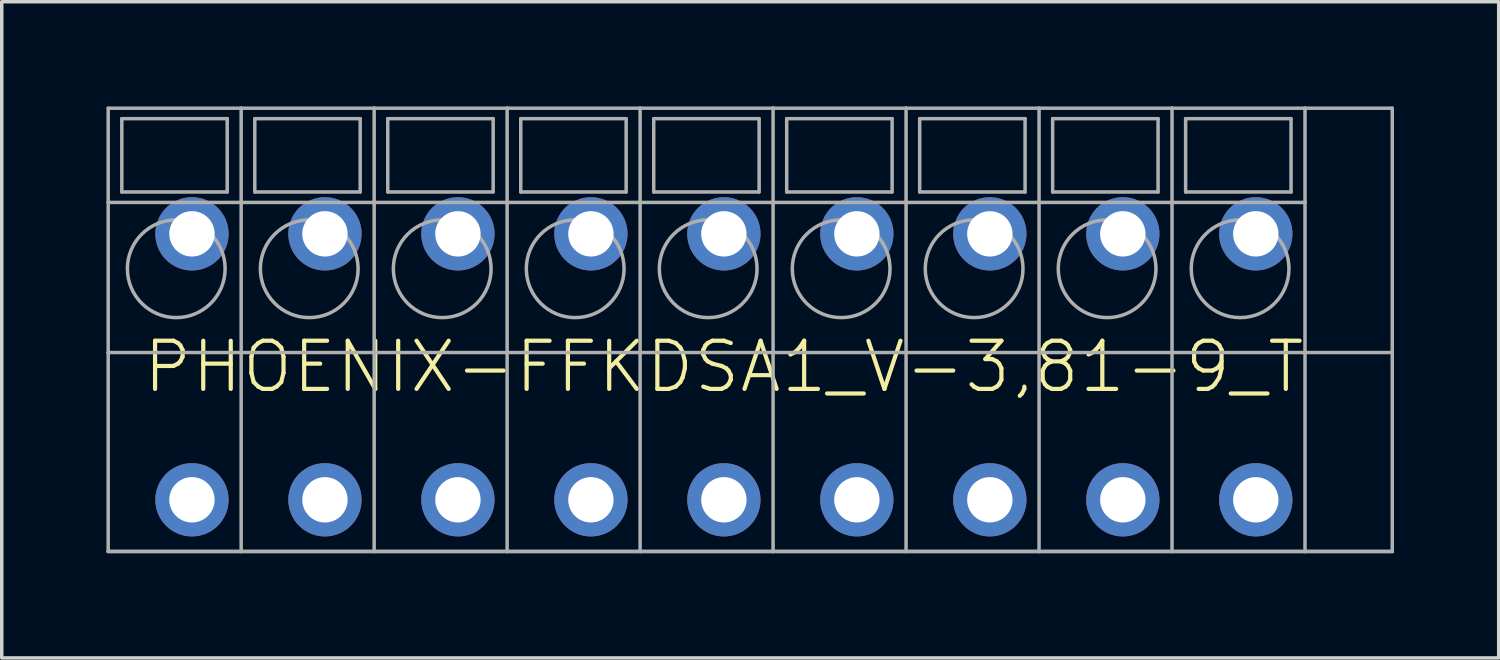
<source format=kicad_pcb>
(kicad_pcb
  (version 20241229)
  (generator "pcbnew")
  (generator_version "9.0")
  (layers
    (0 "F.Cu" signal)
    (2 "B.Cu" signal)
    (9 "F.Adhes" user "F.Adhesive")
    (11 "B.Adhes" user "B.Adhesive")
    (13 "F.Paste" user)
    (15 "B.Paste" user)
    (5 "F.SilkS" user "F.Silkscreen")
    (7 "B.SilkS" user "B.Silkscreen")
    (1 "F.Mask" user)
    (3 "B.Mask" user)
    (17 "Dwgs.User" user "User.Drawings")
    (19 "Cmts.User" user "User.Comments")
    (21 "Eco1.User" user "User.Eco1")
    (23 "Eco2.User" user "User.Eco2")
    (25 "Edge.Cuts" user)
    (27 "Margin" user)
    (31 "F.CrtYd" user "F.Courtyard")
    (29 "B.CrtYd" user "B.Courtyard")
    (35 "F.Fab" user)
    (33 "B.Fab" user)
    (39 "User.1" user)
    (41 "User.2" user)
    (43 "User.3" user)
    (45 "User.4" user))
  (footprint "PHOENIX-FFKDSA1_V-3,81-9_T"
    (layer "F.Cu")
    (at 17.69 7.46)
    (property "Reference" "PHOENIX-FFKDSA1_V-3,81-9_T" (at 0 0 0) (unlocked yes) (layer "F.SilkS") (effects (font (size 1.38 1.38) (thickness 0.12))))
    (fp_line (start -17.64 -7.41) (end -17.64 -4.71) (stroke (width 0.1) (type solid)) (layer "F.Fab"))
    (fp_line (start -17.64 -7.41) (end -13.83 -7.41) (stroke (width 0.1) (type solid)) (layer "F.Fab"))
    (fp_line (start -17.64 -4.71) (end -17.64 -0.41) (stroke (width 0.1) (type solid)) (layer "F.Fab"))
    (fp_line (start -17.64 -0.41) (end -17.64 5.29) (stroke (width 0.1) (type solid)) (layer "F.Fab"))
    (fp_line (start -17.64 5.29) (end -13.83 5.29) (stroke (width 0.1) (type solid)) (layer "F.Fab"))
    (fp_line (start -17.64 5.29) (end -13.83 5.29) (stroke (width 0.1) (type solid)) (layer "F.Fab"))
    (fp_line (start -17.25 -7.11) (end -14.23 -7.11) (stroke (width 0.1) (type solid)) (layer "F.Fab"))
    (fp_line (start -17.25 -5.01) (end -17.25 -7.11) (stroke (width 0.1) (type solid)) (layer "F.Fab"))
    (fp_line (start -14.23 -7.11) (end -14.23 -5.01) (stroke (width 0.1) (type solid)) (layer "F.Fab"))
    (fp_line (start -14.23 -5.01) (end -17.25 -5.01) (stroke (width 0.1) (type solid)) (layer "F.Fab"))
    (fp_line (start -13.83 -7.41) (end -13.83 -4.71) (stroke (width 0.1) (type solid)) (layer "F.Fab"))
    (fp_line (start -13.83 -7.41) (end -10.02 -7.41) (stroke (width 0.1) (type solid)) (layer "F.Fab"))
    (fp_line (start -13.83 -4.71) (end -17.64 -4.71) (stroke (width 0.1) (type solid)) (layer "F.Fab"))
    (fp_line (start -13.83 -4.71) (end -13.83 -0.41) (stroke (width 0.1) (type solid)) (layer "F.Fab"))
    (fp_line (start -13.83 -0.41) (end -17.64 -0.41) (stroke (width 0.1) (type solid)) (layer "F.Fab"))
    (fp_line (start -13.83 -0.41) (end -13.83 5.29) (stroke (width 0.1) (type solid)) (layer "F.Fab"))
    (fp_line (start -13.83 5.29) (end -10.02 5.29) (stroke (width 0.1) (type solid)) (layer "F.Fab"))
    (fp_line (start -13.83 5.29) (end -10.02 5.29) (stroke (width 0.1) (type solid)) (layer "F.Fab"))
    (fp_line (start -13.44 -7.11) (end -10.42 -7.11) (stroke (width 0.1) (type solid)) (layer "F.Fab"))
    (fp_line (start -13.44 -5.01) (end -13.44 -7.11) (stroke (width 0.1) (type solid)) (layer "F.Fab"))
    (fp_line (start -10.42 -7.11) (end -10.42 -5.01) (stroke (width 0.1) (type solid)) (layer "F.Fab"))
    (fp_line (start -10.42 -5.01) (end -13.44 -5.01) (stroke (width 0.1) (type solid)) (layer "F.Fab"))
    (fp_line (start -10.02 -7.41) (end -10.02 -4.71) (stroke (width 0.1) (type solid)) (layer "F.Fab"))
    (fp_line (start -10.02 -7.41) (end -6.21 -7.41) (stroke (width 0.1) (type solid)) (layer "F.Fab"))
    (fp_line (start -10.02 -4.71) (end -13.83 -4.71) (stroke (width 0.1) (type solid)) (layer "F.Fab"))
    (fp_line (start -10.02 -4.71) (end -10.02 -0.41) (stroke (width 0.1) (type solid)) (layer "F.Fab"))
    (fp_line (start -10.02 -0.41) (end -13.83 -0.41) (stroke (width 0.1) (type solid)) (layer "F.Fab"))
    (fp_line (start -10.02 -0.41) (end -10.02 5.29) (stroke (width 0.1) (type solid)) (layer "F.Fab"))
    (fp_line (start -10.02 5.29) (end -6.21 5.29) (stroke (width 0.1) (type solid)) (layer "F.Fab"))
    (fp_line (start -10.02 5.29) (end -6.21 5.29) (stroke (width 0.1) (type solid)) (layer "F.Fab"))
    (fp_line (start -9.63 -7.11) (end -6.61 -7.11) (stroke (width 0.1) (type solid)) (layer "F.Fab"))
    (fp_line (start -9.63 -5.01) (end -9.63 -7.11) (stroke (width 0.1) (type solid)) (layer "F.Fab"))
    (fp_line (start -6.61 -7.11) (end -6.61 -5.01) (stroke (width 0.1) (type solid)) (layer "F.Fab"))
    (fp_line (start -6.61 -5.01) (end -9.63 -5.01) (stroke (width 0.1) (type solid)) (layer "F.Fab"))
    (fp_line (start -6.21 -7.41) (end -6.21 -4.71) (stroke (width 0.1) (type solid)) (layer "F.Fab"))
    (fp_line (start -6.21 -7.41) (end -2.4 -7.41) (stroke (width 0.1) (type solid)) (layer "F.Fab"))
    (fp_line (start -6.21 -4.71) (end -10.02 -4.71) (stroke (width 0.1) (type solid)) (layer "F.Fab"))
    (fp_line (start -6.21 -4.71) (end -6.21 -0.41) (stroke (width 0.1) (type solid)) (layer "F.Fab"))
    (fp_line (start -6.21 -0.41) (end -10.02 -0.41) (stroke (width 0.1) (type solid)) (layer "F.Fab"))
    (fp_line (start -6.21 -0.41) (end -6.21 5.29) (stroke (width 0.1) (type solid)) (layer "F.Fab"))
    (fp_line (start -6.21 5.29) (end -2.4 5.29) (stroke (width 0.1) (type solid)) (layer "F.Fab"))
    (fp_line (start -6.21 5.29) (end -2.4 5.29) (stroke (width 0.1) (type solid)) (layer "F.Fab"))
    (fp_line (start -5.82 -7.11) (end -2.8 -7.11) (stroke (width 0.1) (type solid)) (layer "F.Fab"))
    (fp_line (start -5.82 -5.01) (end -5.82 -7.11) (stroke (width 0.1) (type solid)) (layer "F.Fab"))
    (fp_line (start -2.8 -7.11) (end -2.8 -5.01) (stroke (width 0.1) (type solid)) (layer "F.Fab"))
    (fp_line (start -2.8 -5.01) (end -5.82 -5.01) (stroke (width 0.1) (type solid)) (layer "F.Fab"))
    (fp_line (start -2.4 -7.41) (end -2.4 -4.71) (stroke (width 0.1) (type solid)) (layer "F.Fab"))
    (fp_line (start -2.4 -7.41) (end 1.41 -7.41) (stroke (width 0.1) (type solid)) (layer "F.Fab"))
    (fp_line (start -2.4 -4.71) (end -6.21 -4.71) (stroke (width 0.1) (type solid)) (layer "F.Fab"))
    (fp_line (start -2.4 -4.71) (end -2.4 -0.41) (stroke (width 0.1) (type solid)) (layer "F.Fab"))
    (fp_line (start -2.4 -0.41) (end -6.21 -0.41) (stroke (width 0.1) (type solid)) (layer "F.Fab"))
    (fp_line (start -2.4 -0.41) (end -2.4 5.29) (stroke (width 0.1) (type solid)) (layer "F.Fab"))
    (fp_line (start -2.4 5.29) (end 1.41 5.29) (stroke (width 0.1) (type solid)) (layer "F.Fab"))
    (fp_line (start -2.4 5.29) (end 1.41 5.29) (stroke (width 0.1) (type solid)) (layer "F.Fab"))
    (fp_line (start -2.01 -7.11) (end 1.01 -7.11) (stroke (width 0.1) (type solid)) (layer "F.Fab"))
    (fp_line (start -2.01 -5.01) (end -2.01 -7.11) (stroke (width 0.1) (type solid)) (layer "F.Fab"))
    (fp_line (start 1.01 -7.11) (end 1.01 -5.01) (stroke (width 0.1) (type solid)) (layer "F.Fab"))
    (fp_line (start 1.01 -5.01) (end -2.01 -5.01) (stroke (width 0.1) (type solid)) (layer "F.Fab"))
    (fp_line (start 1.41 -7.41) (end 1.41 -4.71) (stroke (width 0.1) (type solid)) (layer "F.Fab"))
    (fp_line (start 1.41 -7.41) (end 5.22 -7.41) (stroke (width 0.1) (type solid)) (layer "F.Fab"))
    (fp_line (start 1.41 -4.71) (end -2.4 -4.71) (stroke (width 0.1) (type solid)) (layer "F.Fab"))
    (fp_line (start 1.41 -4.71) (end 1.41 -0.41) (stroke (width 0.1) (type solid)) (layer "F.Fab"))
    (fp_line (start 1.41 -0.41) (end -2.4 -0.41) (stroke (width 0.1) (type solid)) (layer "F.Fab"))
    (fp_line (start 1.41 -0.41) (end 1.41 5.29) (stroke (width 0.1) (type solid)) (layer "F.Fab"))
    (fp_line (start 1.41 5.29) (end 5.22 5.29) (stroke (width 0.1) (type solid)) (layer "F.Fab"))
    (fp_line (start 1.41 5.29) (end 5.22 5.29) (stroke (width 0.1) (type solid)) (layer "F.Fab"))
    (fp_line (start 1.8 -7.11) (end 4.82 -7.11) (stroke (width 0.1) (type solid)) (layer "F.Fab"))
    (fp_line (start 1.8 -5.01) (end 1.8 -7.11) (stroke (width 0.1) (type solid)) (layer "F.Fab"))
    (fp_line (start 4.82 -7.11) (end 4.82 -5.01) (stroke (width 0.1) (type solid)) (layer "F.Fab"))
    (fp_line (start 4.82 -5.01) (end 1.8 -5.01) (stroke (width 0.1) (type solid)) (layer "F.Fab"))
    (fp_line (start 5.22 -7.41) (end 5.22 -4.71) (stroke (width 0.1) (type solid)) (layer "F.Fab"))
    (fp_line (start 5.22 -7.41) (end 9.03 -7.41) (stroke (width 0.1) (type solid)) (layer "F.Fab"))
    (fp_line (start 5.22 -4.71) (end 1.41 -4.71) (stroke (width 0.1) (type solid)) (layer "F.Fab"))
    (fp_line (start 5.22 -4.71) (end 5.22 -0.41) (stroke (width 0.1) (type solid)) (layer "F.Fab"))
    (fp_line (start 5.22 -0.41) (end 1.41 -0.41) (stroke (width 0.1) (type solid)) (layer "F.Fab"))
    (fp_line (start 5.22 -0.41) (end 5.22 5.29) (stroke (width 0.1) (type solid)) (layer "F.Fab"))
    (fp_line (start 5.22 5.29) (end 9.03 5.29) (stroke (width 0.1) (type solid)) (layer "F.Fab"))
    (fp_line (start 5.22 5.29) (end 9.03 5.29) (stroke (width 0.1) (type solid)) (layer "F.Fab"))
    (fp_line (start 5.61 -7.11) (end 8.63 -7.11) (stroke (width 0.1) (type solid)) (layer "F.Fab"))
    (fp_line (start 5.61 -5.01) (end 5.61 -7.11) (stroke (width 0.1) (type solid)) (layer "F.Fab"))
    (fp_line (start 8.63 -7.11) (end 8.63 -5.01) (stroke (width 0.1) (type solid)) (layer "F.Fab"))
    (fp_line (start 8.63 -5.01) (end 5.61 -5.01) (stroke (width 0.1) (type solid)) (layer "F.Fab"))
    (fp_line (start 9.03 -7.41) (end 9.03 -4.71) (stroke (width 0.1) (type solid)) (layer "F.Fab"))
    (fp_line (start 9.03 -7.41) (end 12.84 -7.41) (stroke (width 0.1) (type solid)) (layer "F.Fab"))
    (fp_line (start 9.03 -4.71) (end 5.22 -4.71) (stroke (width 0.1) (type solid)) (layer "F.Fab"))
    (fp_line (start 9.03 -4.71) (end 9.03 -0.41) (stroke (width 0.1) (type solid)) (layer "F.Fab"))
    (fp_line (start 9.03 -0.41) (end 5.22 -0.41) (stroke (width 0.1) (type solid)) (layer "F.Fab"))
    (fp_line (start 9.03 -0.41) (end 9.03 5.29) (stroke (width 0.1) (type solid)) (layer "F.Fab"))
    (fp_line (start 9.03 5.29) (end 12.84 5.29) (stroke (width 0.1) (type solid)) (layer "F.Fab"))
    (fp_line (start 9.03 5.29) (end 12.84 5.29) (stroke (width 0.1) (type solid)) (layer "F.Fab"))
    (fp_line (start 9.42 -7.11) (end 12.44 -7.11) (stroke (width 0.1) (type solid)) (layer "F.Fab"))
    (fp_line (start 9.42 -5.01) (end 9.42 -7.11) (stroke (width 0.1) (type solid)) (layer "F.Fab"))
    (fp_line (start 12.44 -7.11) (end 12.44 -5.01) (stroke (width 0.1) (type solid)) (layer "F.Fab"))
    (fp_line (start 12.44 -5.01) (end 9.42 -5.01) (stroke (width 0.1) (type solid)) (layer "F.Fab"))
    (fp_line (start 12.84 -7.41) (end 12.84 -4.71) (stroke (width 0.1) (type solid)) (layer "F.Fab"))
    (fp_line (start 12.84 -7.41) (end 16.65 -7.41) (stroke (width 0.1) (type solid)) (layer "F.Fab"))
    (fp_line (start 12.84 -4.71) (end 9.03 -4.71) (stroke (width 0.1) (type solid)) (layer "F.Fab"))
    (fp_line (start 12.84 -4.71) (end 12.84 -0.41) (stroke (width 0.1) (type solid)) (layer "F.Fab"))
    (fp_line (start 12.84 -0.41) (end 9.03 -0.41) (stroke (width 0.1) (type solid)) (layer "F.Fab"))
    (fp_line (start 12.84 -0.41) (end 12.84 5.29) (stroke (width 0.1) (type solid)) (layer "F.Fab"))
    (fp_line (start 12.84 5.29) (end 16.65 5.29) (stroke (width 0.1) (type solid)) (layer "F.Fab"))
    (fp_line (start 12.84 5.29) (end 16.65 5.29) (stroke (width 0.1) (type solid)) (layer "F.Fab"))
    (fp_line (start 13.23 -7.11) (end 16.25 -7.11) (stroke (width 0.1) (type solid)) (layer "F.Fab"))
    (fp_line (start 13.23 -5.01) (end 13.23 -7.11) (stroke (width 0.1) (type solid)) (layer "F.Fab"))
    (fp_line (start 16.25 -7.11) (end 16.25 -5.01) (stroke (width 0.1) (type solid)) (layer "F.Fab"))
    (fp_line (start 16.25 -5.01) (end 13.23 -5.01) (stroke (width 0.1) (type solid)) (layer "F.Fab"))
    (fp_line (start 16.65 -7.41) (end 16.65 -4.71) (stroke (width 0.1) (type solid)) (layer "F.Fab"))
    (fp_line (start 16.65 -7.41) (end 19.15 -7.41) (stroke (width 0.1) (type solid)) (layer "F.Fab"))
    (fp_line (start 16.65 -4.71) (end 12.84 -4.71) (stroke (width 0.1) (type solid)) (layer "F.Fab"))
    (fp_line (start 16.65 -4.71) (end 16.65 -0.41) (stroke (width 0.1) (type solid)) (layer "F.Fab"))
    (fp_line (start 16.65 -0.41) (end 12.84 -0.41) (stroke (width 0.1) (type solid)) (layer "F.Fab"))
    (fp_line (start 16.65 -0.41) (end 16.65 5.29) (stroke (width 0.1) (type solid)) (layer "F.Fab"))
    (fp_line (start 16.65 -0.41) (end 19.15 -0.41) (stroke (width 0.1) (type solid)) (layer "F.Fab"))
    (fp_line (start 16.65 5.29) (end 19.15 5.29) (stroke (width 0.1) (type solid)) (layer "F.Fab"))
    (fp_line (start 16.65 5.29) (end 19.15 5.29) (stroke (width 0.1) (type solid)) (layer "F.Fab"))
    (fp_line (start 19.15 -7.41) (end 19.15 -0.41) (stroke (width 0.1) (type solid)) (layer "F.Fab"))
    (fp_line (start 19.15 -0.41) (end 19.15 5.29) (stroke (width 0.1) (type solid)) (layer "F.Fab"))
    (fp_circle (center -15.69 -2.81) (end -14.29 -2.81) (stroke (width 0.1) (type solid)) (fill no) (layer "F.Fab"))
    (fp_circle (center -11.88 -2.81) (end -10.48 -2.81) (stroke (width 0.1) (type solid)) (fill no) (layer "F.Fab"))
    (fp_circle (center -8.07 -2.81) (end -6.67 -2.81) (stroke (width 0.1) (type solid)) (fill no) (layer "F.Fab"))
    (fp_circle (center -4.26 -2.81) (end -2.86 -2.81) (stroke (width 0.1) (type solid)) (fill no) (layer "F.Fab"))
    (fp_circle (center -0.45 -2.81) (end 0.95 -2.81) (stroke (width 0.1) (type solid)) (fill no) (layer "F.Fab"))
    (fp_circle (center 3.36 -2.81) (end 4.76 -2.81) (stroke (width 0.1) (type solid)) (fill no) (layer "F.Fab"))
    (fp_circle (center 7.17 -2.81) (end 8.57 -2.81) (stroke (width 0.1) (type solid)) (fill no) (layer "F.Fab"))
    (fp_circle (center 10.98 -2.81) (end 12.38 -2.81) (stroke (width 0.1) (type solid)) (fill no) (layer "F.Fab"))
    (fp_circle (center 14.79 -2.81) (end 16.19 -2.81) (stroke (width 0.1) (type solid)) (fill no) (layer "F.Fab"))
    (pad "1" thru_hole circle (at 15.24 -3.81 90) (size 2.1 2.1) (drill 1.3) (layers "*.Cu" "*.Mask"))
    (pad "1A" thru_hole circle (at 15.24 3.81 90) (size 2.1 2.1) (drill 1.3) (layers "*.Cu" "*.Mask"))
    (pad "2" thru_hole circle (at 11.43 -3.81 90) (size 2.1 2.1) (drill 1.3) (layers "*.Cu" "*.Mask"))
    (pad "2A" thru_hole circle (at 11.43 3.81 90) (size 2.1 2.1) (drill 1.3) (layers "*.Cu" "*.Mask"))
    (pad "3" thru_hole circle (at 7.62 -3.81 90) (size 2.1 2.1) (drill 1.3) (layers "*.Cu" "*.Mask"))
    (pad "3A" thru_hole circle (at 7.62 3.81 90) (size 2.1 2.1) (drill 1.3) (layers "*.Cu" "*.Mask"))
    (pad "4" thru_hole circle (at 3.81 -3.81 90) (size 2.1 2.1) (drill 1.3) (layers "*.Cu" "*.Mask"))
    (pad "4A" thru_hole circle (at 3.81 3.81 90) (size 2.1 2.1) (drill 1.3) (layers "*.Cu" "*.Mask"))
    (pad "5" thru_hole circle (at 0 -3.81 90) (size 2.1 2.1) (drill 1.3) (layers "*.Cu" "*.Mask"))
    (pad "5A" thru_hole circle (at 0 3.81 90) (size 2.1 2.1) (drill 1.3) (layers "*.Cu" "*.Mask"))
    (pad "6" thru_hole circle (at -3.81 -3.81 90) (size 2.1 2.1) (drill 1.3) (layers "*.Cu" "*.Mask"))
    (pad "6A" thru_hole circle (at -3.81 3.81 90) (size 2.1 2.1) (drill 1.3) (layers "*.Cu" "*.Mask"))
    (pad "7" thru_hole circle (at -7.62 -3.81 90) (size 2.1 2.1) (drill 1.3) (layers "*.Cu" "*.Mask"))
    (pad "7A" thru_hole circle (at -7.62 3.81 90) (size 2.1 2.1) (drill 1.3) (layers "*.Cu" "*.Mask"))
    (pad "8" thru_hole circle (at -11.43 -3.81 90) (size 2.1 2.1) (drill 1.3) (layers "*.Cu" "*.Mask"))
    (pad "8A" thru_hole circle (at -11.43 3.81 90) (size 2.1 2.1) (drill 1.3) (layers "*.Cu" "*.Mask"))
    (pad "9" thru_hole circle (at -15.24 -3.81 90) (size 2.1 2.1) (drill 1.3) (layers "*.Cu" "*.Mask"))
    (pad "9A" thru_hole circle (at -15.24 3.81 90) (size 2.1 2.1) (drill 1.3) (layers "*.Cu" "*.Mask")))
  (gr_rect
    (start -3 -3)
    (end 39.89 15.8)
    (stroke (width 0.1) (type default))
    (fill no)
    (layer "Edge.Cuts")))
</source>
